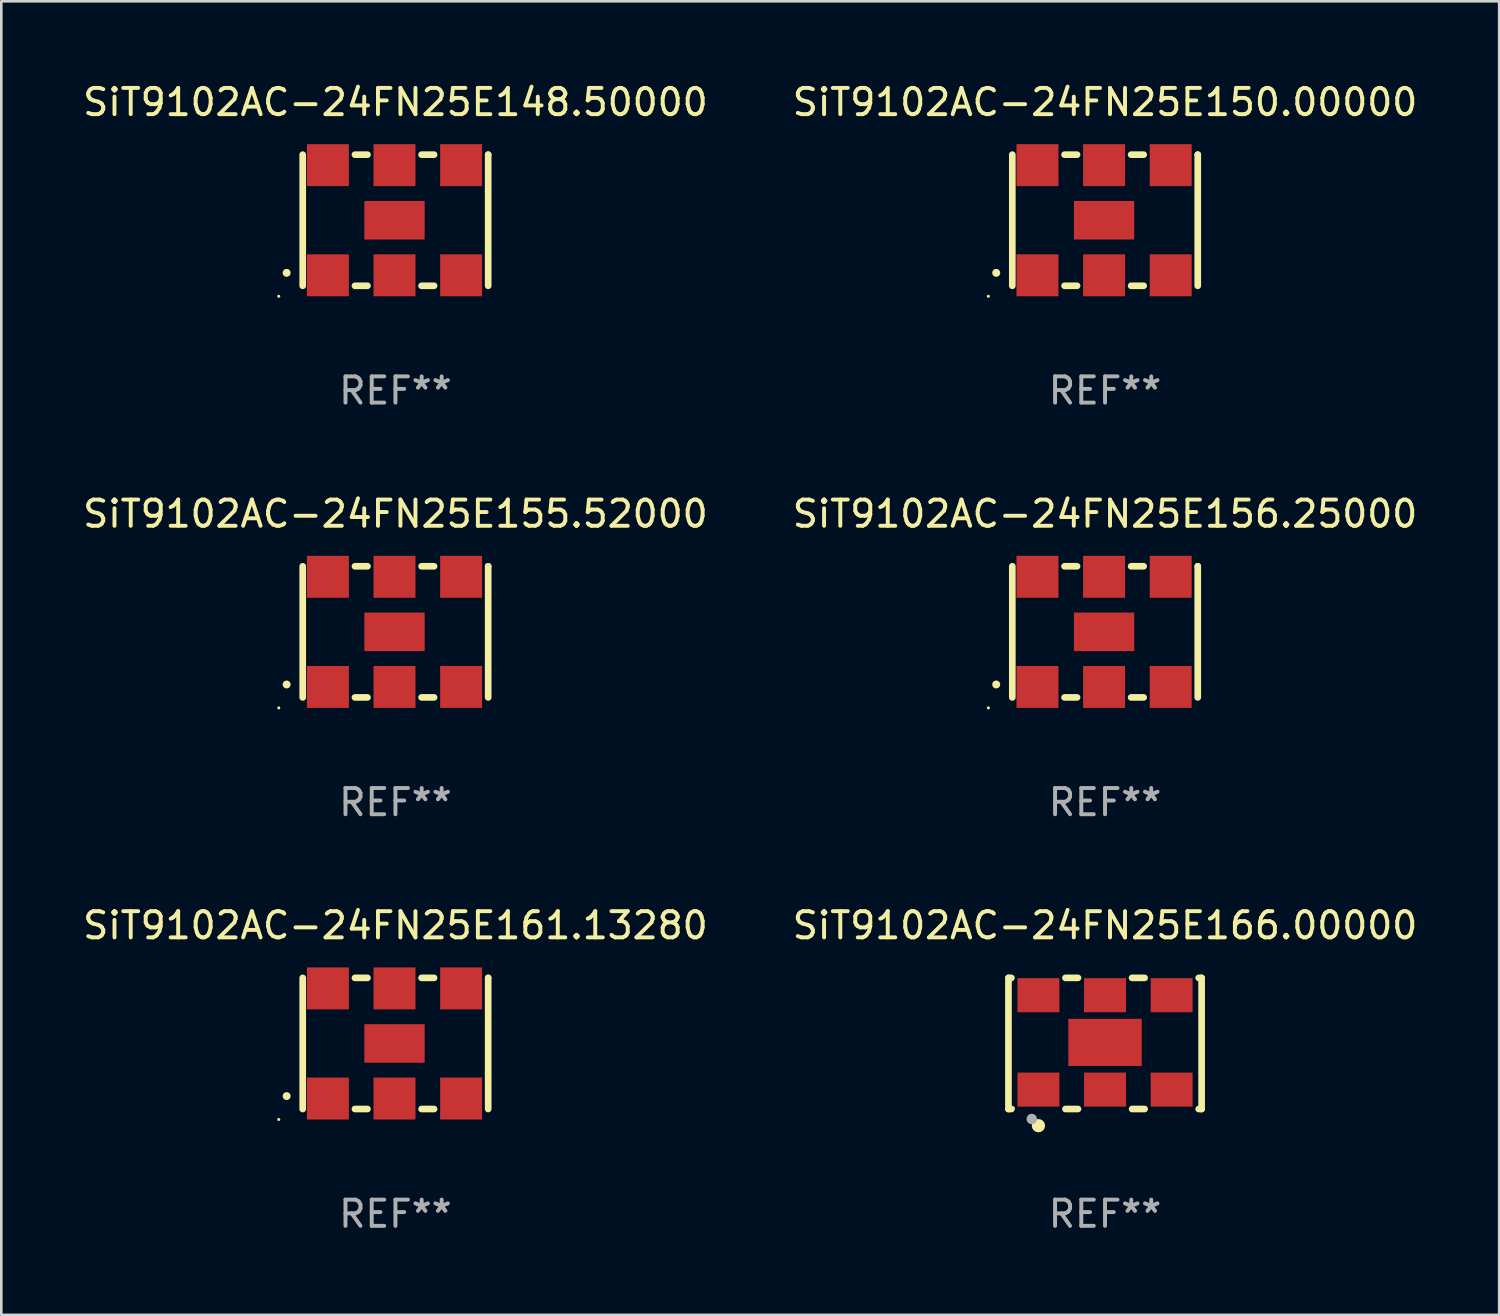
<source format=kicad_pcb>
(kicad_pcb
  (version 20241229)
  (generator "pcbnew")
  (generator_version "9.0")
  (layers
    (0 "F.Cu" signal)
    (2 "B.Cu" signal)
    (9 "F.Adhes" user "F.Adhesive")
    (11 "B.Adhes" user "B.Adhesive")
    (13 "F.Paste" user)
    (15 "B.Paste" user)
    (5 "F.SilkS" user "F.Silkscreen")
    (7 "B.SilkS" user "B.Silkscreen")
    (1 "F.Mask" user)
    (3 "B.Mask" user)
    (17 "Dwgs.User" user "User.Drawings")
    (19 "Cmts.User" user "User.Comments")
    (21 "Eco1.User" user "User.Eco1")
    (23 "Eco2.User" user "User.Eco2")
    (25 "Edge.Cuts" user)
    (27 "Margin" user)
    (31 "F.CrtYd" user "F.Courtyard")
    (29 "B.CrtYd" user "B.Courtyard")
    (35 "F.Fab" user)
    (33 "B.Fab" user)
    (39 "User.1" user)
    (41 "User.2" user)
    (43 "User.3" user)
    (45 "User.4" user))
  (footprint "SiT9102AC-24FN25E155.52000"
    (layer "F.Cu")
    (at 12.03 21.045)
    (property "Reference" "SiT9102AC-24FN25E155.52000" (at 0 -4.5 0) (layer "F.SilkS") (effects (font (size 1 1) (thickness 0.15))))
    (attr through_hole)
    (fp_line (start -3.536 -2.5) (end -3.536 2.5) (stroke (width 0.254) (type solid)) (layer "F.SilkS"))
    (fp_line (start -1.544 2.5) (end -1.067 2.5) (stroke (width 0.254) (type solid)) (layer "F.SilkS"))
    (fp_line (start -1.067 -2.5) (end -1.544 -2.5) (stroke (width 0.254) (type solid)) (layer "F.SilkS"))
    (fp_line (start 0.996 2.5) (end 1.473 2.5) (stroke (width 0.254) (type solid)) (layer "F.SilkS"))
    (fp_line (start 1.473 -2.5) (end 0.996 -2.5) (stroke (width 0.254) (type solid)) (layer "F.SilkS"))
    (fp_line (start 3.536 -2.5) (end 3.536 -2.5) (stroke (width 0.254) (type solid)) (layer "F.SilkS"))
    (fp_line (start 3.536 2.5) (end 3.536 -2.5) (stroke (width 0.254) (type solid)) (layer "F.SilkS"))
    (fp_arc (start -4.150432 2.006604) (mid -4.149162 2.006599) (end -4.147892 2.006604) (stroke (width 0.3) (type solid)) (layer "F.SilkS"))
    (fp_circle (center -4.449 2.9) (end -4.419 2.9) (stroke (width 0.06) (type solid)) (fill no) (layer "F.SilkS"))
    (fp_text user "REF**" (at 0 6.5 0) (layer "F.Fab") (effects (font (size 1 1) (thickness 0.15))))
    (pad "1" smd rect (at -2.576 2.1) (size 1.6 1.6) (layers "F.Cu" "F.Mask" "F.Paste"))
    (pad "2" smd rect (at -0.036 2.1) (size 1.6 1.6) (layers "F.Cu" "F.Mask" "F.Paste"))
    (pad "3" smd rect (at 2.504 2.1) (size 1.6 1.6) (layers "F.Cu" "F.Mask" "F.Paste"))
    (pad "4" smd rect (at 2.504 -2.1) (size 1.6 1.6) (layers "F.Cu" "F.Mask" "F.Paste"))
    (pad "5" smd rect (at -0.036 -2.1) (size 1.6 1.6) (layers "F.Cu" "F.Mask" "F.Paste"))
    (pad "6" smd rect (at -2.576 -2.1) (size 1.6 1.6) (layers "F.Cu" "F.Mask" "F.Paste"))
    (pad "7" smd rect (at -0.036 0) (size 2.3 1.47) (layers "F.Cu" "F.Mask" "F.Paste")))
  (footprint "SiT9102AC-24FN25E161.13280"
    (layer "F.Cu")
    (at 12.03 36.741)
    (property "Reference" "SiT9102AC-24FN25E161.13280" (at 0 -4.5 0) (layer "F.SilkS") (effects (font (size 1 1) (thickness 0.15))))
    (attr through_hole)
    (fp_line (start -3.536 -2.5) (end -3.536 2.5) (stroke (width 0.254) (type solid)) (layer "F.SilkS"))
    (fp_line (start -1.544 2.5) (end -1.067 2.5) (stroke (width 0.254) (type solid)) (layer "F.SilkS"))
    (fp_line (start -1.067 -2.5) (end -1.544 -2.5) (stroke (width 0.254) (type solid)) (layer "F.SilkS"))
    (fp_line (start 0.996 2.5) (end 1.473 2.5) (stroke (width 0.254) (type solid)) (layer "F.SilkS"))
    (fp_line (start 1.473 -2.5) (end 0.996 -2.5) (stroke (width 0.254) (type solid)) (layer "F.SilkS"))
    (fp_line (start 3.536 -2.5) (end 3.536 -2.5) (stroke (width 0.254) (type solid)) (layer "F.SilkS"))
    (fp_line (start 3.536 2.5) (end 3.536 -2.5) (stroke (width 0.254) (type solid)) (layer "F.SilkS"))
    (fp_arc (start -4.150432 2.006604) (mid -4.149162 2.006599) (end -4.147892 2.006604) (stroke (width 0.3) (type solid)) (layer "F.SilkS"))
    (fp_circle (center -4.449 2.9) (end -4.419 2.9) (stroke (width 0.06) (type solid)) (fill no) (layer "F.SilkS"))
    (fp_text user "REF**" (at 0 6.5 0) (layer "F.Fab") (effects (font (size 1 1) (thickness 0.15))))
    (pad "1" smd rect (at -2.576 2.1) (size 1.6 1.6) (layers "F.Cu" "F.Mask" "F.Paste"))
    (pad "2" smd rect (at -0.036 2.1) (size 1.6 1.6) (layers "F.Cu" "F.Mask" "F.Paste"))
    (pad "3" smd rect (at 2.504 2.1) (size 1.6 1.6) (layers "F.Cu" "F.Mask" "F.Paste"))
    (pad "4" smd rect (at 2.504 -2.1) (size 1.6 1.6) (layers "F.Cu" "F.Mask" "F.Paste"))
    (pad "5" smd rect (at -0.036 -2.1) (size 1.6 1.6) (layers "F.Cu" "F.Mask" "F.Paste"))
    (pad "6" smd rect (at -2.576 -2.1) (size 1.6 1.6) (layers "F.Cu" "F.Mask" "F.Paste"))
    (pad "7" smd rect (at -0.036 0) (size 2.3 1.47) (layers "F.Cu" "F.Mask" "F.Paste")))
  (footprint "SiT9102AC-24FN25E148.50000"
    (layer "F.Cu")
    (at 12.03 5.348)
    (property "Reference" "SiT9102AC-24FN25E148.50000" (at 0 -4.5 0) (layer "F.SilkS") (effects (font (size 1 1) (thickness 0.15))))
    (attr through_hole)
    (fp_line (start -3.536 -2.5) (end -3.536 2.5) (stroke (width 0.254) (type solid)) (layer "F.SilkS"))
    (fp_line (start -1.544 2.5) (end -1.067 2.5) (stroke (width 0.254) (type solid)) (layer "F.SilkS"))
    (fp_line (start -1.067 -2.5) (end -1.544 -2.5) (stroke (width 0.254) (type solid)) (layer "F.SilkS"))
    (fp_line (start 0.996 2.5) (end 1.473 2.5) (stroke (width 0.254) (type solid)) (layer "F.SilkS"))
    (fp_line (start 1.473 -2.5) (end 0.996 -2.5) (stroke (width 0.254) (type solid)) (layer "F.SilkS"))
    (fp_line (start 3.536 -2.5) (end 3.536 -2.5) (stroke (width 0.254) (type solid)) (layer "F.SilkS"))
    (fp_line (start 3.536 2.5) (end 3.536 -2.5) (stroke (width 0.254) (type solid)) (layer "F.SilkS"))
    (fp_arc (start -4.150432 2.006604) (mid -4.149162 2.006599) (end -4.147892 2.006604) (stroke (width 0.3) (type solid)) (layer "F.SilkS"))
    (fp_circle (center -4.449 2.9) (end -4.419 2.9) (stroke (width 0.06) (type solid)) (fill no) (layer "F.SilkS"))
    (fp_text user "REF**" (at 0 6.5 0) (layer "F.Fab") (effects (font (size 1 1) (thickness 0.15))))
    (pad "1" smd rect (at -2.576 2.1) (size 1.6 1.6) (layers "F.Cu" "F.Mask" "F.Paste"))
    (pad "2" smd rect (at -0.036 2.1) (size 1.6 1.6) (layers "F.Cu" "F.Mask" "F.Paste"))
    (pad "3" smd rect (at 2.504 2.1) (size 1.6 1.6) (layers "F.Cu" "F.Mask" "F.Paste"))
    (pad "4" smd rect (at 2.504 -2.1) (size 1.6 1.6) (layers "F.Cu" "F.Mask" "F.Paste"))
    (pad "5" smd rect (at -0.036 -2.1) (size 1.6 1.6) (layers "F.Cu" "F.Mask" "F.Paste"))
    (pad "6" smd rect (at -2.576 -2.1) (size 1.6 1.6) (layers "F.Cu" "F.Mask" "F.Paste"))
    (pad "7" smd rect (at -0.036 0) (size 2.3 1.47) (layers "F.Cu" "F.Mask" "F.Paste")))
  (footprint "SiT9102AC-24FN25E150.00000"
    (layer "F.Cu")
    (at 39.089 5.348)
    (property "Reference" "SiT9102AC-24FN25E150.00000" (at 0 -4.5 0) (layer "F.SilkS") (effects (font (size 1 1) (thickness 0.15))))
    (attr through_hole)
    (fp_line (start -3.536 -2.5) (end -3.536 2.5) (stroke (width 0.254) (type solid)) (layer "F.SilkS"))
    (fp_line (start -1.544 2.5) (end -1.067 2.5) (stroke (width 0.254) (type solid)) (layer "F.SilkS"))
    (fp_line (start -1.067 -2.5) (end -1.544 -2.5) (stroke (width 0.254) (type solid)) (layer "F.SilkS"))
    (fp_line (start 0.996 2.5) (end 1.473 2.5) (stroke (width 0.254) (type solid)) (layer "F.SilkS"))
    (fp_line (start 1.473 -2.5) (end 0.996 -2.5) (stroke (width 0.254) (type solid)) (layer "F.SilkS"))
    (fp_line (start 3.536 -2.5) (end 3.536 -2.5) (stroke (width 0.254) (type solid)) (layer "F.SilkS"))
    (fp_line (start 3.536 2.5) (end 3.536 -2.5) (stroke (width 0.254) (type solid)) (layer "F.SilkS"))
    (fp_arc (start -4.150432 2.006604) (mid -4.149162 2.006599) (end -4.147892 2.006604) (stroke (width 0.3) (type solid)) (layer "F.SilkS"))
    (fp_circle (center -4.449 2.9) (end -4.419 2.9) (stroke (width 0.06) (type solid)) (fill no) (layer "F.SilkS"))
    (fp_text user "REF**" (at 0 6.5 0) (layer "F.Fab") (effects (font (size 1 1) (thickness 0.15))))
    (pad "1" smd rect (at -2.576 2.1) (size 1.6 1.6) (layers "F.Cu" "F.Mask" "F.Paste"))
    (pad "2" smd rect (at -0.036 2.1) (size 1.6 1.6) (layers "F.Cu" "F.Mask" "F.Paste"))
    (pad "3" smd rect (at 2.504 2.1) (size 1.6 1.6) (layers "F.Cu" "F.Mask" "F.Paste"))
    (pad "4" smd rect (at 2.504 -2.1) (size 1.6 1.6) (layers "F.Cu" "F.Mask" "F.Paste"))
    (pad "5" smd rect (at -0.036 -2.1) (size 1.6 1.6) (layers "F.Cu" "F.Mask" "F.Paste"))
    (pad "6" smd rect (at -2.576 -2.1) (size 1.6 1.6) (layers "F.Cu" "F.Mask" "F.Paste"))
    (pad "7" smd rect (at -0.036 0) (size 2.3 1.47) (layers "F.Cu" "F.Mask" "F.Paste")))
  (footprint "SiT9102AC-24FN25E156.25000"
    (layer "F.Cu")
    (at 39.089 21.045)
    (property "Reference" "SiT9102AC-24FN25E156.25000" (at 0 -4.5 0) (layer "F.SilkS") (effects (font (size 1 1) (thickness 0.15))))
    (attr through_hole)
    (fp_line (start -3.536 -2.5) (end -3.536 2.5) (stroke (width 0.254) (type solid)) (layer "F.SilkS"))
    (fp_line (start -1.544 2.5) (end -1.067 2.5) (stroke (width 0.254) (type solid)) (layer "F.SilkS"))
    (fp_line (start -1.067 -2.5) (end -1.544 -2.5) (stroke (width 0.254) (type solid)) (layer "F.SilkS"))
    (fp_line (start 0.996 2.5) (end 1.473 2.5) (stroke (width 0.254) (type solid)) (layer "F.SilkS"))
    (fp_line (start 1.473 -2.5) (end 0.996 -2.5) (stroke (width 0.254) (type solid)) (layer "F.SilkS"))
    (fp_line (start 3.536 -2.5) (end 3.536 -2.5) (stroke (width 0.254) (type solid)) (layer "F.SilkS"))
    (fp_line (start 3.536 2.5) (end 3.536 -2.5) (stroke (width 0.254) (type solid)) (layer "F.SilkS"))
    (fp_arc (start -4.150432 2.006604) (mid -4.149162 2.006599) (end -4.147892 2.006604) (stroke (width 0.3) (type solid)) (layer "F.SilkS"))
    (fp_circle (center -4.449 2.9) (end -4.419 2.9) (stroke (width 0.06) (type solid)) (fill no) (layer "F.SilkS"))
    (fp_text user "REF**" (at 0 6.5 0) (layer "F.Fab") (effects (font (size 1 1) (thickness 0.15))))
    (pad "1" smd rect (at -2.576 2.1) (size 1.6 1.6) (layers "F.Cu" "F.Mask" "F.Paste"))
    (pad "2" smd rect (at -0.036 2.1) (size 1.6 1.6) (layers "F.Cu" "F.Mask" "F.Paste"))
    (pad "3" smd rect (at 2.504 2.1) (size 1.6 1.6) (layers "F.Cu" "F.Mask" "F.Paste"))
    (pad "4" smd rect (at 2.504 -2.1) (size 1.6 1.6) (layers "F.Cu" "F.Mask" "F.Paste"))
    (pad "5" smd rect (at -0.036 -2.1) (size 1.6 1.6) (layers "F.Cu" "F.Mask" "F.Paste"))
    (pad "6" smd rect (at -2.576 -2.1) (size 1.6 1.6) (layers "F.Cu" "F.Mask" "F.Paste"))
    (pad "7" smd rect (at -0.036 0) (size 2.3 1.47) (layers "F.Cu" "F.Mask" "F.Paste")))
  (footprint "SiT9102AC-24FN25E166.00000"
    (layer "F.Cu")
    (at 39.089 36.741)
    (property "Reference" "SiT9102AC-24FN25E166.00000" (at 0 -4.5 0) (layer "F.SilkS") (effects (font (size 1 1) (thickness 0.15))))
    (attr through_hole)
    (fp_line (start -3.683 -2.5) (end -3.571 -2.5) (stroke (width 0.254) (type solid)) (layer "F.SilkS"))
    (fp_line (start -3.683 2.5) (end -3.683 -2.5) (stroke (width 0.254) (type solid)) (layer "F.SilkS"))
    (fp_line (start -3.683 2.5) (end -3.571 2.5) (stroke (width 0.254) (type solid)) (layer "F.SilkS"))
    (fp_line (start -1.509 -2.5) (end -1.031 -2.5) (stroke (width 0.254) (type solid)) (layer "F.SilkS"))
    (fp_line (start -1.509 2.5) (end -1.031 2.5) (stroke (width 0.254) (type solid)) (layer "F.SilkS"))
    (fp_line (start 1.031 -2.5) (end 1.509 -2.5) (stroke (width 0.254) (type solid)) (layer "F.SilkS"))
    (fp_line (start 1.031 2.5) (end 1.509 2.5) (stroke (width 0.254) (type solid)) (layer "F.SilkS"))
    (fp_line (start 3.571 -2.5) (end 3.683 -2.5) (stroke (width 0.254) (type solid)) (layer "F.SilkS"))
    (fp_line (start 3.571 2.5) (end 3.683 2.5) (stroke (width 0.254) (type solid)) (layer "F.SilkS"))
    (fp_line (start 3.683 2.5) (end 3.683 -2.5) (stroke (width 0.254) (type solid)) (layer "F.SilkS"))
    (fp_circle (center -3.5 2.46) (end -3.47 2.46) (stroke (width 0.06) (type solid)) (fill no) (layer "F.SilkS"))
    (fp_circle (center -2.54 3.135) (end -2.413 3.135) (stroke (width 0.254) (type solid)) (fill no) (layer "F.SilkS"))
    (fp_circle (center -2.794 2.881) (end -2.694 2.881) (stroke (width 0.2) (type solid)) (fill no) (layer "F.Fab"))
    (fp_text user "REF**" (at 0 6.5 0) (layer "F.Fab") (effects (font (size 1 1) (thickness 0.15))))
    (pad "1" smd rect (at -2.54 1.76) (size 1.6 1.3) (layers "F.Cu" "F.Mask" "F.Paste"))
    (pad "2" smd rect (at 0 1.76) (size 1.6 1.3) (layers "F.Cu" "F.Mask" "F.Paste"))
    (pad "3" smd rect (at 2.54 1.76) (size 1.6 1.3) (layers "F.Cu" "F.Mask" "F.Paste"))
    (pad "4" smd rect (at 2.54 -1.84) (size 1.6 1.3) (layers "F.Cu" "F.Mask" "F.Paste"))
    (pad "5" smd rect (at 0 -1.84) (size 1.6 1.3) (layers "F.Cu" "F.Mask" "F.Paste"))
    (pad "6" smd rect (at -2.54 -1.84) (size 1.6 1.3) (layers "F.Cu" "F.Mask" "F.Paste"))
    (pad "7" smd rect (at 0 -0.04) (size 2.8 1.8) (layers "F.Cu" "F.Mask" "F.Paste")))
  (gr_rect
    (start -3 -3)
    (end 54.119 47.09)
    (stroke (width 0.1) (type default))
    (fill no)
    (layer "Edge.Cuts")))
</source>
